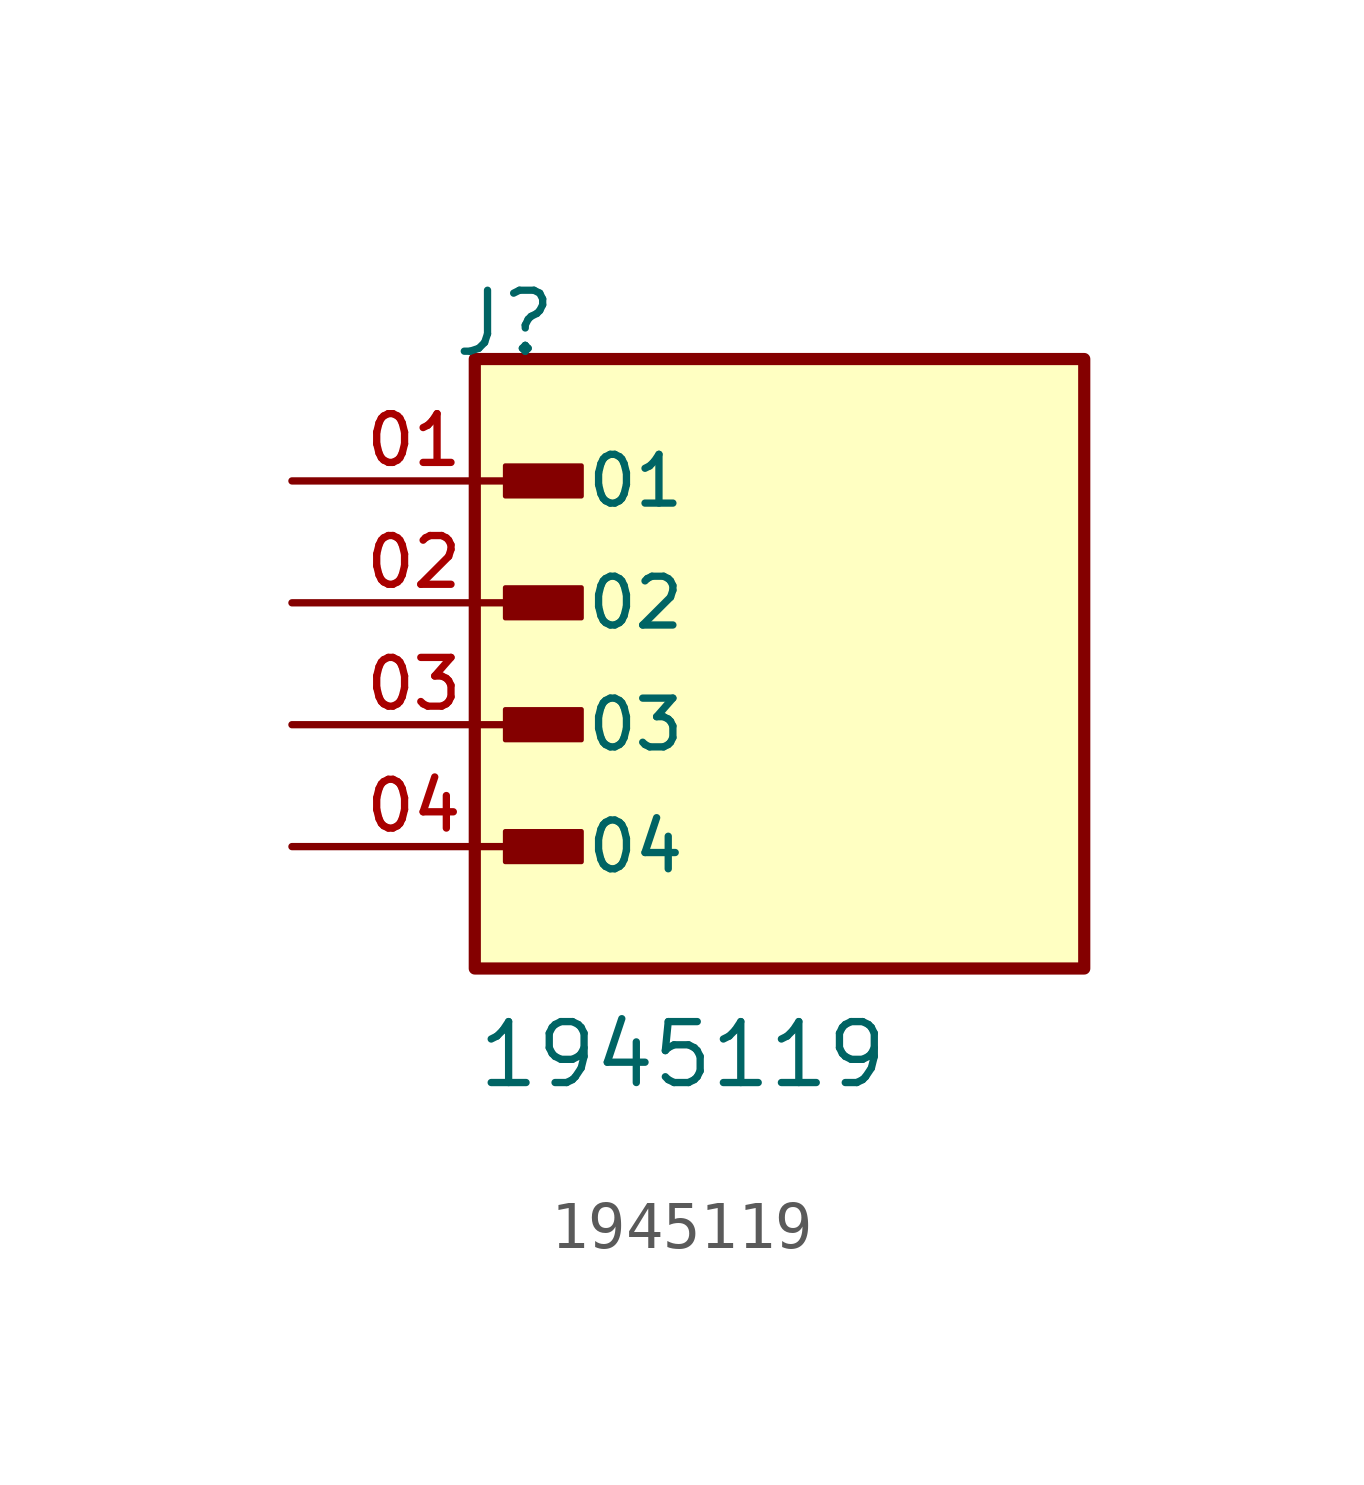
<source format=kicad_sym>
(kicad_symbol_lib
  (version 20211014)
  (generator kicad_symbol_editor)
  (symbol "1945119"
    (pin_names
      (offset 1.016))
    (property "Reference" "J"
      (at -6.85 7.62 0)
      (effects (font (size 1.27 1.27)) (justify bottom left)))
    (property "Value" "1945119"
      (at -6.35 -7.62 0)
      (effects (font (size 1.27 1.27)) (justify bottom left)))
    (symbol "1945119_0_0"
      (rectangle (start -5.715 4.763) (end -4.128 5.397) (stroke (width 0.1)) (fill (type outline)))
      (rectangle (start -5.715 2.223) (end -4.128 2.857) (stroke (width 0.1)) (fill (type outline)))
      (rectangle (start -5.715 -0.318) (end -4.128 0.318) (stroke (width 0.1)) (fill (type outline)))
      (rectangle (start -5.715 -2.857) (end -4.128 -2.223) (stroke (width 0.1)) (fill (type outline)))
      (rectangle (start -6.35 -5.08) (end 6.35 7.62) (stroke (width 0.254)) (fill (type background)))
      (pin passive line (at -10.16 5.08 0) (length 5.08) (name "01" (effects (font (size 1.016 1.016)))) (number "01" (effects (font (size 1.016 1.016)))))
      (pin passive line (at -10.16 2.54 0) (length 5.08) (name "02" (effects (font (size 1.016 1.016)))) (number "02" (effects (font (size 1.016 1.016)))))
      (pin passive line (at -10.16 0.0 0) (length 5.08) (name "03" (effects (font (size 1.016 1.016)))) (number "03" (effects (font (size 1.016 1.016)))))
      (pin passive line (at -10.16 -2.54 0) (length 5.08) (name "04" (effects (font (size 1.016 1.016)))) (number "04" (effects (font (size 1.016 1.016))))))))
</source>
